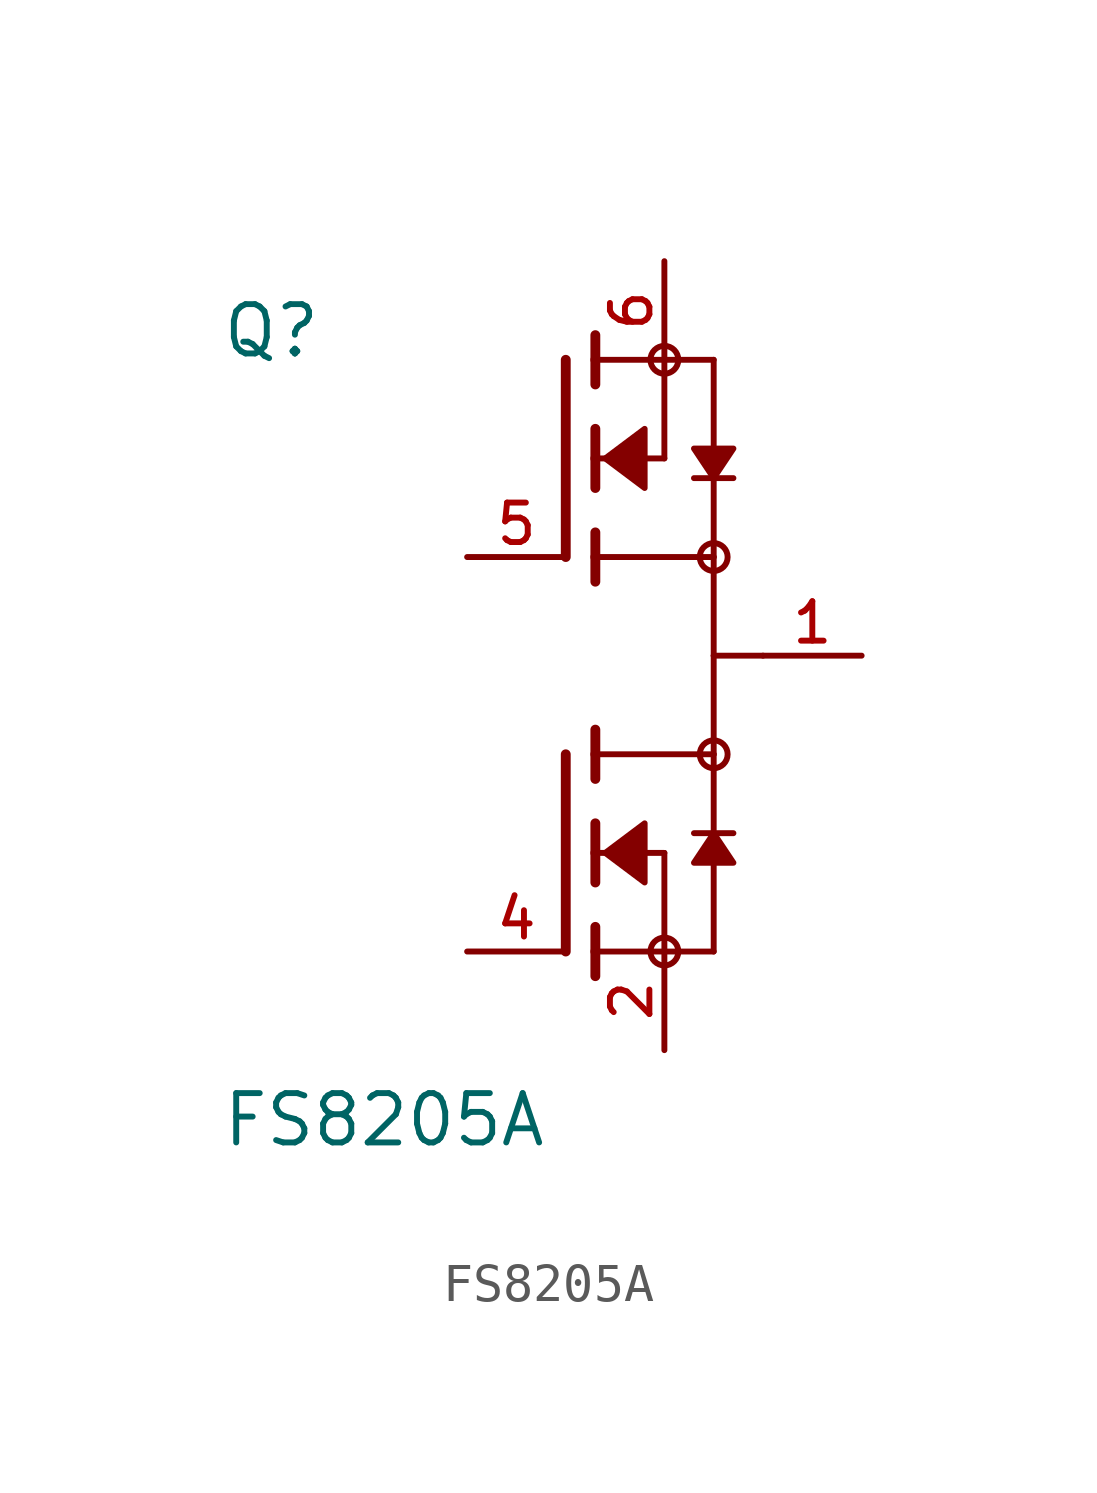
<source format=kicad_sym>
(kicad_symbol_lib
  (version 20211014)
  (generator kicad_symbol_editor)
  (symbol "FS8205A"
    (pin_names
      (offset 1.016))
    (property "Reference" "Q"
      (at -11.43 7.62 0)
      (effects (font (size 1.27 1.27)) (justify bottom left)))
    (property "Value" "FS8205A"
      (at -11.43 -12.7 0)
      (effects (font (size 1.27 1.27)) (justify bottom left)))
    (symbol "FS8205A_0_0"
      (polyline (pts (xy -1.778 -4.318) (xy -1.778 -5.08)) (stroke (width 0.254)))
      (polyline (pts (xy -1.778 -5.08) (xy -1.778 -5.842)) (stroke (width 0.254)))
      (polyline (pts (xy -1.778 -1.905) (xy -1.778 -2.54)) (stroke (width 0.254)))
      (polyline (pts (xy -1.778 -2.54) (xy -1.778 -3.175)) (stroke (width 0.254)))
      (polyline (pts (xy -1.778 -5.08) (xy 0.0 -5.08)) (stroke (width 0.152)))
      (polyline (pts (xy 0.0 -5.08) (xy 0.0 -7.62)) (stroke (width 0.152)))
      (polyline (pts (xy -1.778 -6.985) (xy -1.778 -7.62)) (stroke (width 0.254)))
      (polyline (pts (xy -1.778 -7.62) (xy -1.778 -8.255)) (stroke (width 0.254)))
      (polyline (pts (xy -2.54 -2.54) (xy -2.54 -7.62)) (stroke (width 0.254)))
      (polyline (pts (xy 0.0 -7.62) (xy -1.778 -7.62)) (stroke (width 0.152)))
      (polyline (pts (xy 1.27 -2.54) (xy 1.27 -4.572)) (stroke (width 0.152)))
      (polyline (pts (xy 1.27 -4.572) (xy 1.27 -7.62)) (stroke (width 0.152)))
      (polyline (pts (xy 0.0 -7.62) (xy 1.27 -7.62)) (stroke (width 0.152)))
      (polyline (pts (xy -1.778 -2.54) (xy 1.27 -2.54)) (stroke (width 0.152)))
      (polyline (pts (xy 1.778 -4.572) (xy 1.27 -4.572)) (stroke (width 0.152)))
      (polyline (pts (xy 1.27 -4.572) (xy 0.762 -4.572)) (stroke (width 0.152)))
      (circle (center 0.0 -7.62) (radius 0.359) (stroke (width 0.0)) (fill (type none)))
      (circle (center 1.27 -2.54) (radius 0.359) (stroke (width 0.0)) (fill (type none)))
      (polyline (pts (xy 1.27 -4.572) (xy 0.762 -5.334) (xy 1.778 -5.334) (xy 1.27 -4.572)) (stroke (width 0.152)) (fill (type outline)))
      (polyline (pts (xy -1.524 -5.08) (xy -0.508 -4.318) (xy -0.508 -5.842) (xy -1.524 -5.08)) (stroke (width 0.152)) (fill (type outline)))
      (polyline (pts (xy -1.778 5.842) (xy -1.778 5.08)) (stroke (width 0.254)))
      (polyline (pts (xy -1.778 5.08) (xy -1.778 4.318)) (stroke (width 0.254)))
      (polyline (pts (xy -1.778 8.255) (xy -1.778 7.62)) (stroke (width 0.254)))
      (polyline (pts (xy -1.778 7.62) (xy -1.778 6.985)) (stroke (width 0.254)))
      (polyline (pts (xy -1.778 5.08) (xy 0.0 5.08)) (stroke (width 0.152)))
      (polyline (pts (xy -1.778 3.175) (xy -1.778 2.54)) (stroke (width 0.254)))
      (polyline (pts (xy -1.778 2.54) (xy -1.778 1.905)) (stroke (width 0.254)))
      (polyline (pts (xy -2.54 7.62) (xy -2.54 2.54)) (stroke (width 0.254)))
      (polyline (pts (xy 1.27 2.54) (xy -1.778 2.54)) (stroke (width 0.152)))
      (polyline (pts (xy -1.778 7.62) (xy 1.27 7.62)) (stroke (width 0.152)))
      (circle (center 0.0 7.62) (radius 0.359) (stroke (width 0.0)) (fill (type none)))
      (polyline (pts (xy -1.524 5.08) (xy -0.508 5.842) (xy -0.508 4.318) (xy -1.524 5.08)) (stroke (width 0.152)) (fill (type outline)))
      (polyline (pts (xy 1.27 2.54) (xy 1.27 4.572)) (stroke (width 0.152)))
      (polyline (pts (xy 1.27 4.572) (xy 1.27 7.62)) (stroke (width 0.152)))
      (polyline (pts (xy 0.762 4.572) (xy 1.27 4.572)) (stroke (width 0.152)))
      (polyline (pts (xy 1.27 4.572) (xy 1.778 4.572)) (stroke (width 0.152)))
      (polyline (pts (xy 1.27 4.572) (xy 1.778 5.334) (xy 0.762 5.334) (xy 1.27 4.572)) (stroke (width 0.152)) (fill (type outline)))
      (polyline (pts (xy 0.0 7.62) (xy 0.0 5.08)) (stroke (width 0.152)))
      (circle (center 1.27 2.54) (radius 0.359) (stroke (width 0.0)) (fill (type none)))
      (polyline (pts (xy 1.27 -2.54) (xy 1.27 0.0)) (stroke (width 0.152)))
      (polyline (pts (xy 1.27 0.0) (xy 1.27 2.54)) (stroke (width 0.152)))
      (polyline (pts (xy 1.27 0.0) (xy 2.54 0.0)) (stroke (width 0.152)))
      (pin passive line (at 0.0 -10.16 90.0) (length 2.54) (name "~" (effects (font (size 1.016 1.016)))) (number "2" (effects (font (size 1.016 1.016)))))
      (pin passive line (at 0.0 -10.16 90.0) (length 2.54) hide (name "~" (effects (font (size 1.016 1.016)))) (number "3" (effects (font (size 1.016 1.016)))))
      (pin passive line (at -5.08 -7.62 0) (length 2.54) (name "~" (effects (font (size 1.016 1.016)))) (number "4" (effects (font (size 1.016 1.016)))))
      (pin passive line (at 5.08 0.0 180.0) (length 2.54) (name "~" (effects (font (size 1.016 1.016)))) (number "1" (effects (font (size 1.016 1.016)))))
      (pin passive line (at 5.08 0.0 180.0) (length 2.54) hide (name "~" (effects (font (size 1.016 1.016)))) (number "8" (effects (font (size 1.016 1.016)))))
      (pin passive line (at -5.08 2.54 0) (length 2.54) (name "~" (effects (font (size 1.016 1.016)))) (number "5" (effects (font (size 1.016 1.016)))))
      (pin passive line (at 0.0 10.16 270.0) (length 2.54) (name "~" (effects (font (size 1.016 1.016)))) (number "6" (effects (font (size 1.016 1.016)))))
      (pin passive line (at 0.0 10.16 270.0) (length 2.54) hide (name "~" (effects (font (size 1.016 1.016)))) (number "7" (effects (font (size 1.016 1.016))))))))
</source>
